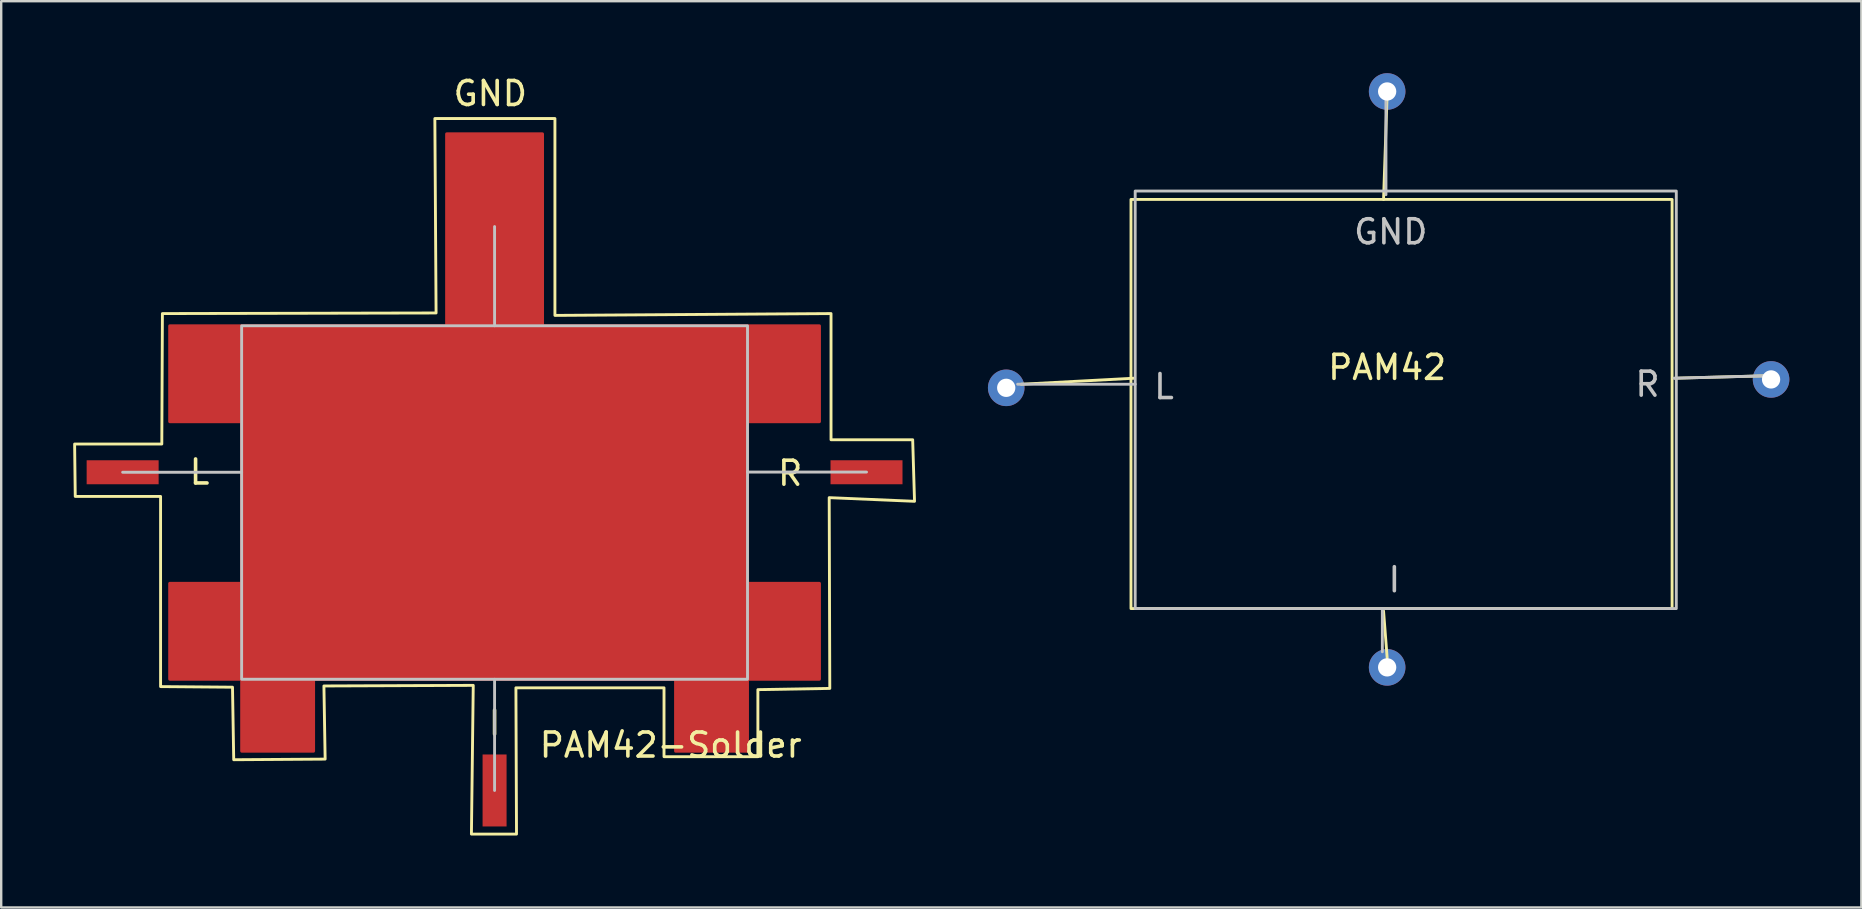
<source format=kicad_pcb>
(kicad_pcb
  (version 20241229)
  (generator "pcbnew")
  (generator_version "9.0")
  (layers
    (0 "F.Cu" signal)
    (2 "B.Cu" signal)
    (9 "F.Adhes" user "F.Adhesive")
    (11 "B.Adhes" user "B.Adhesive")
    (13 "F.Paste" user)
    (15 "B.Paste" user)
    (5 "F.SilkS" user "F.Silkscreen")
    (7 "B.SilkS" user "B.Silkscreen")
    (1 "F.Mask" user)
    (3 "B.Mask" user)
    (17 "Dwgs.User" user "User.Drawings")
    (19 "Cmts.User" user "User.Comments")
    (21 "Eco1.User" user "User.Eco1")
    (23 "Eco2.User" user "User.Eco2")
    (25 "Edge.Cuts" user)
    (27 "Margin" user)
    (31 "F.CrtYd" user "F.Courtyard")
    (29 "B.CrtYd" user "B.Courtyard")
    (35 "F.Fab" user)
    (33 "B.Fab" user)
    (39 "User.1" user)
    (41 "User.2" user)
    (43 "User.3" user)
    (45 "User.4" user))
  (footprint "PAM42"
    (layer "F.Cu")
    (at 54.758 12.762)
    (property "Reference" "PAM42" (at 0 -0.5 0) (unlocked yes) (layer "F.SilkS") (effects (font (size 1 1) (thickness 0.15))))
    (fp_line (start -10.55 -0.05) (end -15.25 0.2) (stroke (width 0.12) (type solid)) (layer "F.SilkS"))
    (fp_line (start -0.15 -7.5) (end 0 -11.9) (stroke (width 0.12) (type solid)) (layer "F.SilkS"))
    (fp_line (start -0.15 9.65) (end 0 11.6) (stroke (width 0.12) (type solid)) (layer "F.SilkS"))
    (fp_line (start 12 -0.05) (end 15.7 -0.15) (stroke (width 0.12) (type solid)) (layer "F.SilkS"))
    (fp_rect (start 11.875 9.55) (end -10.675 -7.5) (stroke (width 0.12) (type solid)) (fill no) (layer "F.SilkS"))
    (fp_line (start -15.4 0.2) (end -10.5 0.2) (stroke (width 0.12) (type solid)) (layer "Dwgs.User"))
    (fp_line (start -0.2 9.55) (end -0.2 11.35) (stroke (width 0.12) (type solid)) (layer "Dwgs.User"))
    (fp_line (start -0.05 -7.7) (end -0.05 -11.7) (stroke (width 0.12) (type solid)) (layer "Dwgs.User"))
    (fp_line (start 11.95 -0.05) (end 15.8 -0.15) (stroke (width 0.12) (type solid)) (layer "Dwgs.User"))
    (fp_rect (start -10.5 -7.85) (end 12.05 9.55) (stroke (width 0.12) (type solid)) (fill no) (layer "Dwgs.User"))
    (fp_text user "R" (at 10.85 0.2 0) (unlocked yes) (layer "Dwgs.User") (effects (font (size 1 1) (thickness 0.15))))
    (fp_text user "GND" (at 0.15 -6.15 0) (unlocked yes) (layer "Dwgs.User") (effects (font (size 1 1) (thickness 0.15))))
    (fp_text user "L" (at -9.3 0.3 0) (unlocked yes) (layer "Dwgs.User") (effects (font (size 1 1) (thickness 0.15))))
    (fp_text user "I" (at 0.3 8.35 0) (unlocked yes) (layer "Dwgs.User") (effects (font (size 1 1) (thickness 0.15))))
    (pad "1" thru_hole circle (at 16 0) (size 1.524 1.524) (drill 0.762) (layers "*.Cu" "*.Mask"))
    (pad "2" thru_hole circle (at 0 -12) (size 1.524 1.524) (drill 0.762) (layers "*.Cu" "*.Mask"))
    (pad "3" thru_hole circle (at -15.875 0.35) (size 1.524 1.524) (drill 0.762) (layers "*.Cu" "*.Mask"))
    (pad "4" thru_hole circle (at 0 12) (size 1.524 1.524) (drill 0.762) (layers "*.Cu" "*.Mask")))
  (footprint "PAM42-Solder"
    (layer "F.Cu")
    (at 17.561 17.892)
    (property "Reference" "PAM42-Solder" (at 7.341 10.109 0) (unlocked yes) (layer "F.SilkS") (effects (font (size 1 1) (thickness 0.15))))
    (fp_poly (pts (xy 2.515 -7.798) (xy 14.021 -7.874) (xy 14.021 -2.616) (xy 17.424 -2.616) (xy 17.501 -0.051) (xy 13.945 -0.203) (xy 13.97 7.747) (xy 10.973 7.798) (xy 10.973 10.592) (xy 7.061 10.592) (xy 7.061 7.722) (xy 0.889 7.722) (xy 0.914 13.818) (xy -0.965 13.818) (xy -0.889 7.62) (xy -7.112 7.645) (xy -7.061 10.693) (xy -10.871 10.719) (xy -10.922 7.696) (xy -13.919 7.671) (xy -13.919 -0.254) (xy -17.475 -0.254) (xy -17.501 -2.438) (xy -13.868 -2.438) (xy -13.843 -7.874) (xy -2.438 -7.899) (xy -2.489 -16.002) (xy 2.515 -16.002)) (stroke (width 0.12) (type solid)) (fill no) (layer "F.SilkS"))
    (fp_line (start -10.541 -1.261) (end -15.5 -1.261) (stroke (width 0.12) (type solid)) (layer "Dwgs.User"))
    (fp_line (start 0 -7.366) (end 0 -11.5) (stroke (width 0.12) (type solid)) (layer "Dwgs.User"))
    (fp_line (start 0 7.366) (end 0 12) (stroke (width 0.12) (type solid)) (layer "Dwgs.User"))
    (fp_line (start 10.541 -1.269) (end 15.5 -1.269) (stroke (width 0.12) (type solid)) (layer "Dwgs.User"))
    (fp_rect (start -10.541 -7.366) (end 10.541 7.366) (stroke (width 0.12) (type solid)) (fill no) (layer "Dwgs.User"))
    (fp_text user "GND" (at -0.178 -17.043 0) (unlocked yes) (layer "F.SilkS") (effects (font (size 1 1) (thickness 0.15))))
    (fp_text user "L" (at -12.294 -1.27 0) (unlocked yes) (layer "F.SilkS") (effects (font (size 1 1) (thickness 0.15))))
    (fp_text user "I" (at 0 9.195 0) (unlocked yes) (layer "F.SilkS") (effects (font (size 1 1) (thickness 0.15))))
    (fp_text user "R" (at 12.319 -1.219 0) (unlocked yes) (layer "F.SilkS") (effects (font (size 1 1) (thickness 0.15))))
    (pad "1" smd rect (at 15.5 -1.261) (size 3 1) (layers "F.Cu" "F.Mask" "F.Paste"))
    (pad "2" smd custom (at 0 0) (size 3 1) (layers "F.Cu" "F.Mask" "F.Paste") (options (anchor rect)) (primitives (gr_poly (pts (xy 10.541 7.366) (xy -10.541 7.366) (xy -10.541 -7.366) (xy 10.541 -7.366)) (width 0.12) (fill yes)) (gr_poly (pts (xy 2 -7.366) (xy -2 -7.366) (xy -2 -15.366) (xy 2 -15.366)) (width 0.12) (fill yes)) (gr_poly (pts (xy -10.541 -3.366) (xy -13.541 -3.366) (xy -13.541 -7.366) (xy -10.541 -7.366)) (width 0.12) (fill yes)) (gr_poly (pts (xy 13.541 -3.366) (xy 10.541 -3.366) (xy 10.541 -7.366) (xy 13.541 -7.366)) (width 0.12) (fill yes)) (gr_poly (pts (xy 13.541 7.366) (xy 10.541 7.366) (xy 10.541 3.366) (xy 13.541 3.366)) (width 0.12) (fill yes)) (gr_poly (pts (xy -10.541 7.366) (xy -13.541 7.366) (xy -13.541 3.366) (xy -10.541 3.366)) (width 0.12) (fill yes)) (gr_poly (pts (xy 10.541 10.366) (xy 7.541 10.366) (xy 7.541 7.366) (xy 10.541 7.366)) (width 0.12) (fill yes)) (gr_poly (pts (xy -7.541 10.366) (xy -10.541 10.366) (xy -10.541 7.366) (xy -7.541 7.366)) (width 0.12) (fill yes))))
    (pad "3" smd rect (at -15.5 -1.261) (size 3 1) (layers "F.Cu" "F.Mask" "F.Paste"))
    (pad "4" smd rect (at 0 12 90) (size 3 1) (layers "F.Cu" "F.Mask" "F.Paste")))
  (gr_rect
    (start -3 -3)
    (end 74.52 34.769)
    (stroke (width 0.1) (type default))
    (fill no)
    (layer "Edge.Cuts")))
</source>
